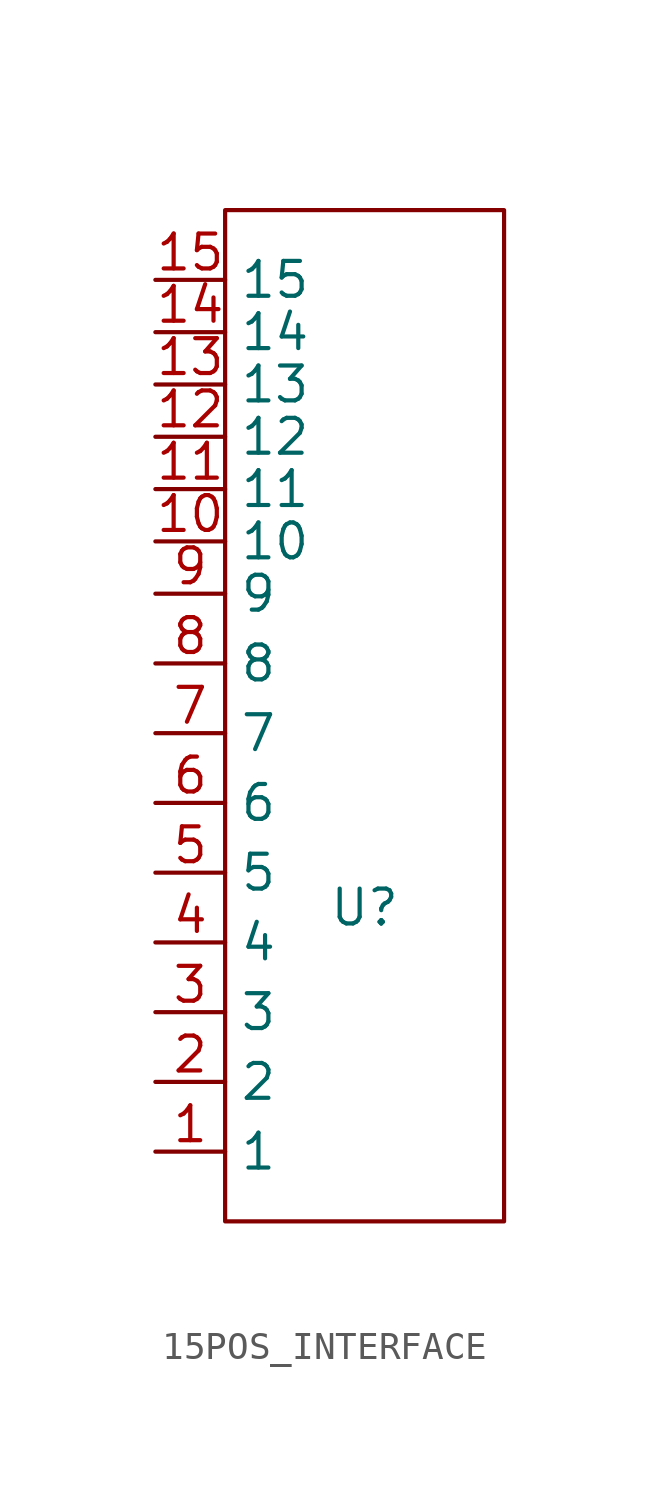
<source format=kicad_sym>
(kicad_symbol_lib
  (version 20211014)
  (generator kicad_symbol_editor)
  (symbol "15POS_INTERFACE"
    (property "Reference" "U"
      (at 5.08 8.89 0)
      (effects (font (size 1.27 1.27))))
    (symbol "15POS_INTERFACE_0_1"
      (polyline (pts (xy 0 -2.54) (xy 0 34.29) (xy 10.16 34.29) (xy 10.16 -2.54) (xy 0 -2.54)) (stroke (width 0) (type default) (color 0 0 0 0)) (fill (type none))))
    (symbol "15POS_INTERFACE_1_1"
      (pin input line (at -2.54 0 0) (length 2.54) (name "1" (effects (font (size 1.27 1.27)))) (number "1" (effects (font (size 1.27 1.27)))))
      (pin input line (at -2.54 22.225 0) (length 2.54) (name "10" (effects (font (size 1.27 1.27)))) (number "10" (effects (font (size 1.27 1.27)))))
      (pin input line (at -2.54 24.13 0) (length 2.54) (name "11" (effects (font (size 1.27 1.27)))) (number "11" (effects (font (size 1.27 1.27)))))
      (pin input line (at -2.54 26.035 0) (length 2.54) (name "12" (effects (font (size 1.27 1.27)))) (number "12" (effects (font (size 1.27 1.27)))))
      (pin input line (at -2.54 27.94 0) (length 2.54) (name "13" (effects (font (size 1.27 1.27)))) (number "13" (effects (font (size 1.27 1.27)))))
      (pin input line (at -2.54 29.845 0) (length 2.54) (name "14" (effects (font (size 1.27 1.27)))) (number "14" (effects (font (size 1.27 1.27)))))
      (pin input line (at -2.54 31.75 0) (length 2.54) (name "15" (effects (font (size 1.27 1.27)))) (number "15" (effects (font (size 1.27 1.27)))))
      (pin input line (at -2.54 2.54 0) (length 2.54) (name "2" (effects (font (size 1.27 1.27)))) (number "2" (effects (font (size 1.27 1.27)))))
      (pin input line (at -2.54 5.08 0) (length 2.54) (name "3" (effects (font (size 1.27 1.27)))) (number "3" (effects (font (size 1.27 1.27)))))
      (pin input line (at -2.54 7.62 0) (length 2.54) (name "4" (effects (font (size 1.27 1.27)))) (number "4" (effects (font (size 1.27 1.27)))))
      (pin input line (at -2.54 10.16 0) (length 2.54) (name "5" (effects (font (size 1.27 1.27)))) (number "5" (effects (font (size 1.27 1.27)))))
      (pin input line (at -2.54 12.7 0) (length 2.54) (name "6" (effects (font (size 1.27 1.27)))) (number "6" (effects (font (size 1.27 1.27)))))
      (pin input line (at -2.54 15.24 0) (length 2.54) (name "7" (effects (font (size 1.27 1.27)))) (number "7" (effects (font (size 1.27 1.27)))))
      (pin input line (at -2.54 17.78 0) (length 2.54) (name "8" (effects (font (size 1.27 1.27)))) (number "8" (effects (font (size 1.27 1.27)))))
      (pin input line (at -2.54 20.32 0) (length 2.54) (name "9" (effects (font (size 1.27 1.27)))) (number "9" (effects (font (size 1.27 1.27))))))))
</source>
